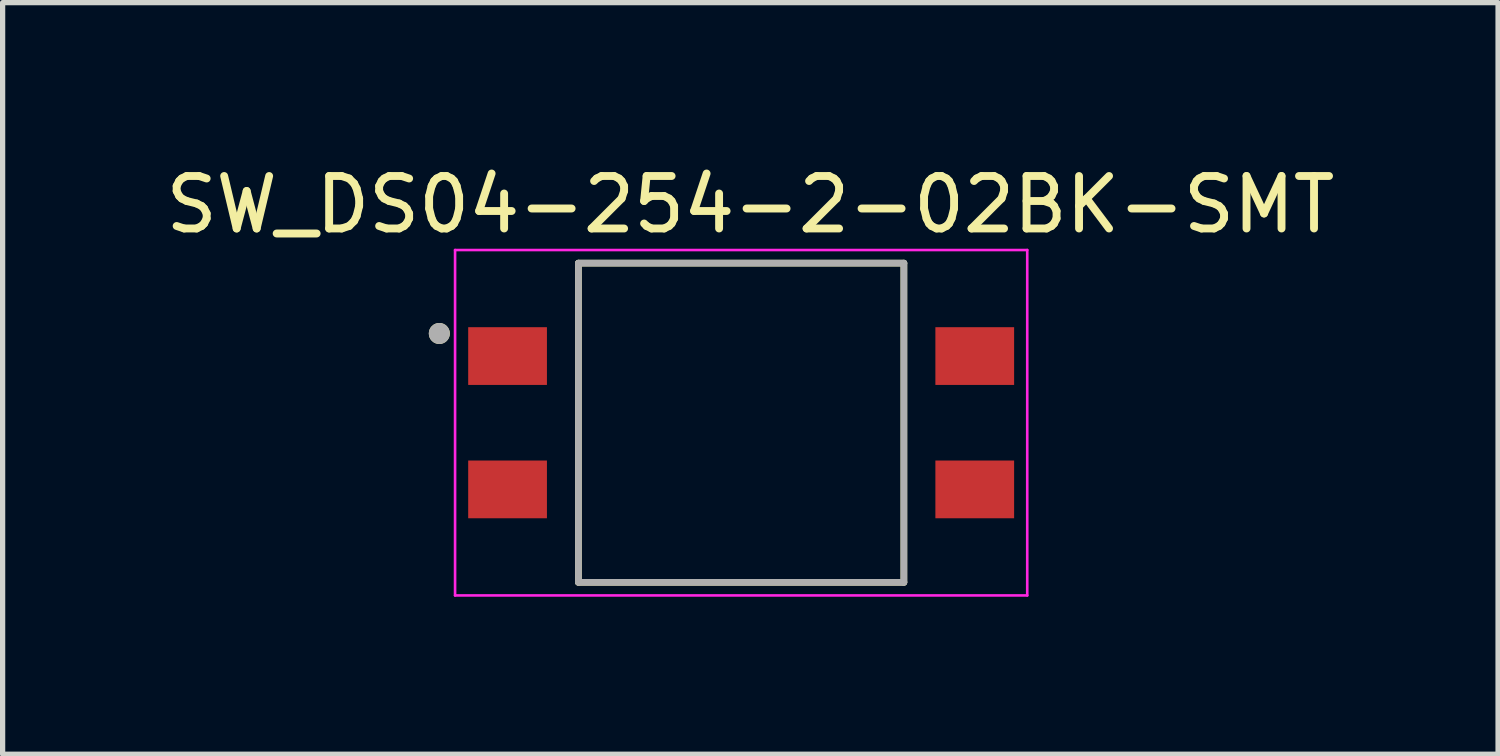
<source format=kicad_pcb>
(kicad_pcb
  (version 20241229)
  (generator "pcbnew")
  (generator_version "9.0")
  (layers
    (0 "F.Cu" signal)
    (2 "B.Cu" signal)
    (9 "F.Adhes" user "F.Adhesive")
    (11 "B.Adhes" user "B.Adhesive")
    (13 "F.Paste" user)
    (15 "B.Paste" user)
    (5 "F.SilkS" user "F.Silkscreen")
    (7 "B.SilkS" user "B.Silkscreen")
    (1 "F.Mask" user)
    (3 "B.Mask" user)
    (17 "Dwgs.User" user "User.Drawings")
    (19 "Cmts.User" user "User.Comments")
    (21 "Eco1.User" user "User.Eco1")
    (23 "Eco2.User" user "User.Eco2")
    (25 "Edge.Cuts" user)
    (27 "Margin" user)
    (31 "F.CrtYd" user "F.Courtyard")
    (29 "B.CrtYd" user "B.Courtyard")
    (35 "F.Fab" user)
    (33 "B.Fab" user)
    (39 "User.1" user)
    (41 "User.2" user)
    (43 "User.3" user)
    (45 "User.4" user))
  (footprint "SW_DS04-254-2-02BK-SMT"
    (layer "F.Cu")
    (at 11.069 5.003)
    (property "Reference" "SW_DS04-254-2-02BK-SMT" (at 0.175 -4.155 0) (layer "F.SilkS") (effects (font (size 1 1) (thickness 0.15))))
    (attr smd)
    (fp_line (start -3.1 -3.04) (end 3.1 -3.04) (stroke (width 0.127) (type solid)) (layer "F.SilkS"))
    (fp_line (start -3.1 3.04) (end -3.1 -3.04) (stroke (width 0.127) (type solid)) (layer "F.SilkS"))
    (fp_line (start 3.1 -3.04) (end 3.1 3.04) (stroke (width 0.127) (type solid)) (layer "F.SilkS"))
    (fp_line (start 3.1 3.04) (end -3.1 3.04) (stroke (width 0.127) (type solid)) (layer "F.SilkS"))
    (fp_circle (center -5.75 -1.7) (end -5.65 -1.7) (stroke (width 0.2) (type solid)) (fill no) (layer "F.SilkS"))
    (fp_line (start -5.45 -3.29) (end -5.45 3.29) (stroke (width 0.05) (type solid)) (layer "F.CrtYd"))
    (fp_line (start -5.45 3.29) (end 5.45 3.29) (stroke (width 0.05) (type solid)) (layer "F.CrtYd"))
    (fp_line (start 5.45 -3.29) (end -5.45 -3.29) (stroke (width 0.05) (type solid)) (layer "F.CrtYd"))
    (fp_line (start 5.45 3.29) (end 5.45 -3.29) (stroke (width 0.05) (type solid)) (layer "F.CrtYd"))
    (fp_line (start -3.1 -3.04) (end 3.1 -3.04) (stroke (width 0.127) (type solid)) (layer "F.Fab"))
    (fp_line (start -3.1 3.04) (end -3.1 -3.04) (stroke (width 0.127) (type solid)) (layer "F.Fab"))
    (fp_line (start 3.1 -3.04) (end 3.1 3.04) (stroke (width 0.127) (type solid)) (layer "F.Fab"))
    (fp_line (start 3.1 3.04) (end -3.1 3.04) (stroke (width 0.127) (type solid)) (layer "F.Fab"))
    (fp_circle (center -5.75 -1.7) (end -5.65 -1.7) (stroke (width 0.2) (type solid)) (fill no) (layer "F.Fab"))
    (pad "1A" smd rect (at -4.45 -1.27) (size 1.5 1.1) (layers "F.Cu" "F.Mask" "F.Paste"))
    (pad "1B" smd rect (at 4.45 -1.27 180) (size 1.5 1.1) (layers "F.Cu" "F.Mask" "F.Paste"))
    (pad "2A" smd rect (at -4.45 1.27) (size 1.5 1.1) (layers "F.Cu" "F.Mask" "F.Paste"))
    (pad "2B" smd rect (at 4.45 1.27 180) (size 1.5 1.1) (layers "F.Cu" "F.Mask" "F.Paste")))
  (gr_rect
    (start -3 -3)
    (end 25.488 11.318)
    (stroke (width 0.1) (type default))
    (fill no)
    (layer "Edge.Cuts")))
</source>
